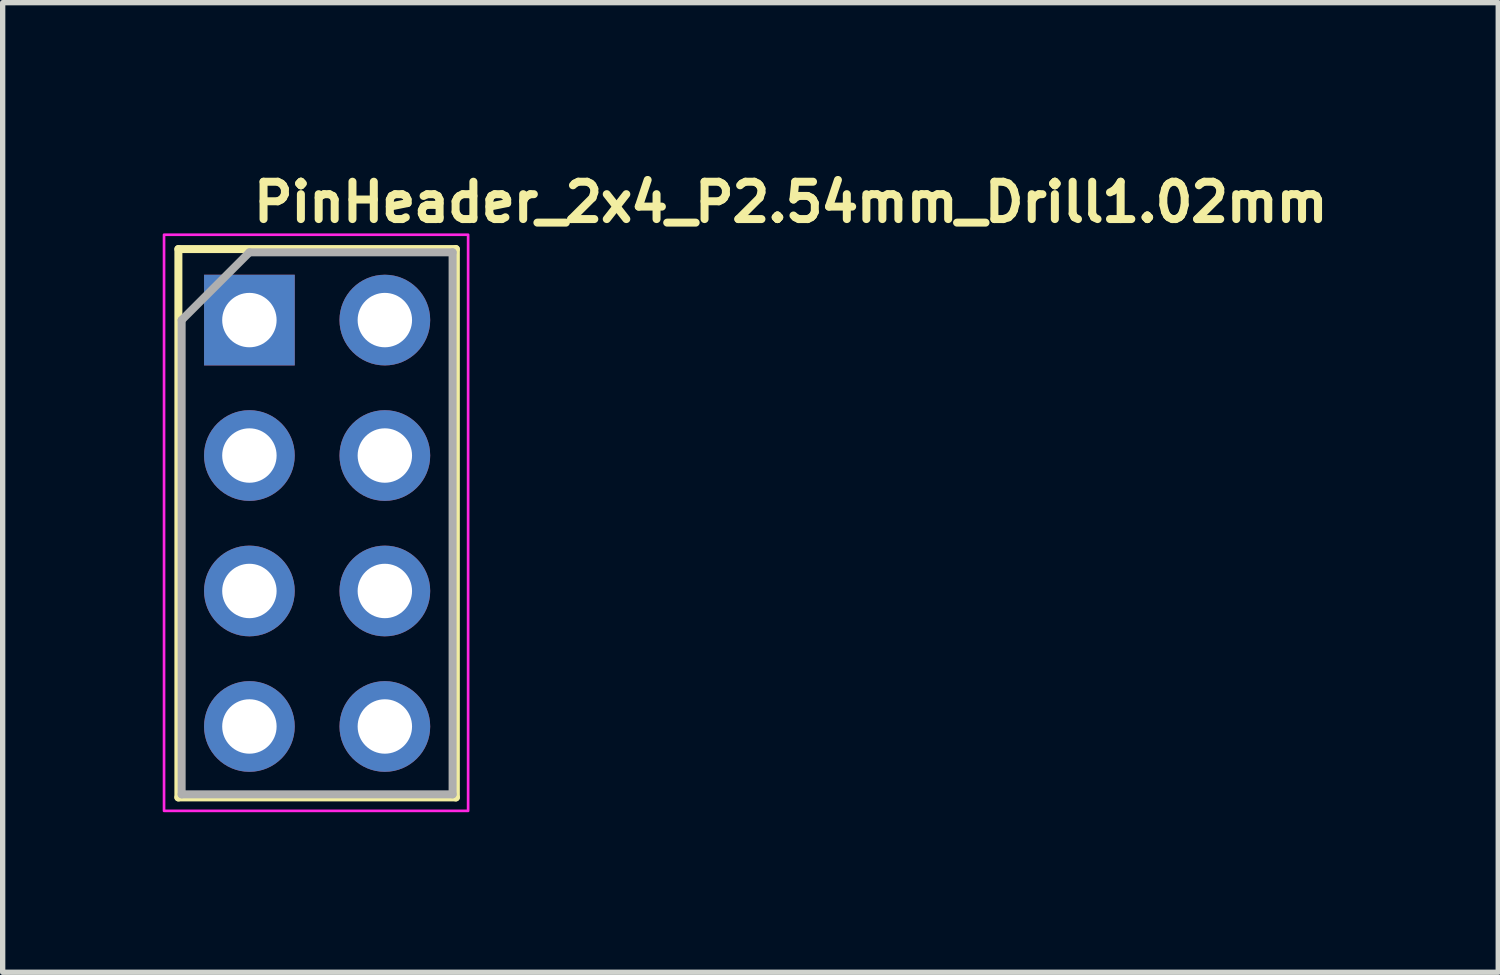
<source format=kicad_pcb>
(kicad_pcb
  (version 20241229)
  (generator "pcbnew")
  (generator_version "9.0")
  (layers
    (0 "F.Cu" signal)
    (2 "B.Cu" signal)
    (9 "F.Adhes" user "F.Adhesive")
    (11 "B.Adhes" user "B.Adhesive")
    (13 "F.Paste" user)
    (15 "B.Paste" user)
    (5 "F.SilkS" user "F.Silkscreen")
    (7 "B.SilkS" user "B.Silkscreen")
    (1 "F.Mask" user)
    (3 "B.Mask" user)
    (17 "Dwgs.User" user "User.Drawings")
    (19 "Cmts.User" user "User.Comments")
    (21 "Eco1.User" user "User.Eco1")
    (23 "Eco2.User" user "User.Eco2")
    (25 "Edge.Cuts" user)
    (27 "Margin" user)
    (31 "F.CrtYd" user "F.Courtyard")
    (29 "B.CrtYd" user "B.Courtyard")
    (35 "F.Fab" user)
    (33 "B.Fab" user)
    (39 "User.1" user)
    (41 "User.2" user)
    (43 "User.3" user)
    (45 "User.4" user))
  (footprint "PinHeader_2x4_P2.54mm_Drill1.02mm"
    (layer "F.Cu")
    (at 1.625 2.95)
    (property "Reference" "PinHeader_2x4_P2.54mm_Drill1.02mm" (at 0 -1.8 0) (layer "F.SilkS") (effects (font (size 0.7 0.7) (thickness 0.15)) (justify left bottom)))
    (attr through_hole)
    (fp_line (start -1.331 -1.331) (end -1.331 8.948) (stroke (width 0.15) (type solid)) (layer "F.SilkS"))
    (fp_line (start -1.331 -1.331) (end 3.87 -1.331) (stroke (width 0.15) (type solid)) (layer "F.SilkS"))
    (fp_line (start -1.331 8.948) (end 3.87 8.948) (stroke (width 0.15) (type solid)) (layer "F.SilkS"))
    (fp_line (start 3.87 -1.331) (end 3.87 8.948) (stroke (width 0.15) (type solid)) (layer "F.SilkS"))
    (fp_rect (start -1.6 -1.6) (end 4.1 9.2) (stroke (width 0.05) (type solid)) (fill no) (layer "F.CrtYd"))
    (fp_line (start -1.27 0) (end 0 -1.27) (stroke (width 0.15) (type solid)) (layer "F.Fab"))
    (fp_line (start -1.27 8.89) (end -1.27 0) (stroke (width 0.15) (type solid)) (layer "F.Fab"))
    (fp_line (start 0 -1.27) (end 3.809 -1.27) (stroke (width 0.15) (type solid)) (layer "F.Fab"))
    (fp_line (start 3.809 -1.27) (end 3.809 8.89) (stroke (width 0.15) (type solid)) (layer "F.Fab"))
    (fp_line (start 3.809 8.89) (end -1.27 8.89) (stroke (width 0.15) (type solid)) (layer "F.Fab"))
    (fp_rect (start 3.781 8.891) (end -1.239 -1.269) (stroke (width 0.1) (type solid)) (fill no) (layer "User.5"))
    (fp_line (start -1.239 -1.269) (end -1.239 1.047) (stroke (width 0.02) (type solid)) (layer "User.9"))
    (fp_line (start -1.239 -1.269) (end 3.781 -1.269) (stroke (width 0.02) (type solid)) (layer "User.9"))
    (fp_line (start -1.239 1.047) (end -1.015 1.27) (stroke (width 0.02) (type solid)) (layer "User.9"))
    (fp_line (start -1.239 1.047) (end 3.781 1.047) (stroke (width 0.02) (type solid)) (layer "User.9"))
    (fp_line (start -1.239 1.496) (end -1.239 3.586) (stroke (width 0.02) (type solid)) (layer "User.9"))
    (fp_line (start -1.239 1.496) (end -1.015 1.27) (stroke (width 0.02) (type solid)) (layer "User.9"))
    (fp_line (start -1.239 1.496) (end 3.781 1.496) (stroke (width 0.02) (type solid)) (layer "User.9"))
    (fp_line (start -1.239 3.586) (end -1.015 3.81) (stroke (width 0.02) (type solid)) (layer "User.9"))
    (fp_line (start -1.239 3.586) (end 3.781 3.586) (stroke (width 0.02) (type solid)) (layer "User.9"))
    (fp_line (start -1.239 4.036) (end -1.239 6.127) (stroke (width 0.02) (type solid)) (layer "User.9"))
    (fp_line (start -1.239 4.036) (end -1.015 3.81) (stroke (width 0.02) (type solid)) (layer "User.9"))
    (fp_line (start -1.239 4.036) (end 3.781 4.036) (stroke (width 0.02) (type solid)) (layer "User.9"))
    (fp_line (start -1.239 6.127) (end -1.015 6.351) (stroke (width 0.02) (type solid)) (layer "User.9"))
    (fp_line (start -1.239 6.127) (end 3.781 6.127) (stroke (width 0.02) (type solid)) (layer "User.9"))
    (fp_line (start -1.239 6.576) (end -1.239 8.891) (stroke (width 0.02) (type solid)) (layer "User.9"))
    (fp_line (start -1.239 6.576) (end -1.015 6.351) (stroke (width 0.02) (type solid)) (layer "User.9"))
    (fp_line (start -1.239 6.576) (end 3.781 6.576) (stroke (width 0.02) (type solid)) (layer "User.9"))
    (fp_line (start -1.239 8.891) (end 3.781 8.891) (stroke (width 0.02) (type solid)) (layer "User.9"))
    (fp_line (start -1.015 1.27) (end 3.556 1.27) (stroke (width 0.02) (type solid)) (layer "User.9"))
    (fp_line (start -1.015 3.81) (end 3.556 3.81) (stroke (width 0.02) (type solid)) (layer "User.9"))
    (fp_line (start -1.015 6.351) (end 3.556 6.351) (stroke (width 0.02) (type solid)) (layer "User.9"))
    (fp_line (start -0.32 -0.32) (end -0.32 0.32) (stroke (width 0.02) (type solid)) (layer "User.9"))
    (fp_line (start -0.32 -0.32) (end -0.064 -0.064) (stroke (width 0.02) (type solid)) (layer "User.9"))
    (fp_line (start -0.32 -0.32) (end 0.32 -0.32) (stroke (width 0.02) (type solid)) (layer "User.9"))
    (fp_line (start -0.32 0.32) (end -0.064 0.064) (stroke (width 0.02) (type solid)) (layer "User.9"))
    (fp_line (start -0.32 0.32) (end 0.32 0.32) (stroke (width 0.02) (type solid)) (layer "User.9"))
    (fp_line (start -0.32 2.222) (end -0.32 2.86) (stroke (width 0.02) (type solid)) (layer "User.9"))
    (fp_line (start -0.32 2.222) (end -0.064 2.476) (stroke (width 0.02) (type solid)) (layer "User.9"))
    (fp_line (start -0.32 2.222) (end 0.32 2.222) (stroke (width 0.02) (type solid)) (layer "User.9"))
    (fp_line (start -0.32 2.86) (end -0.064 2.605) (stroke (width 0.02) (type solid)) (layer "User.9"))
    (fp_line (start -0.32 2.86) (end 0.32 2.86) (stroke (width 0.02) (type solid)) (layer "User.9"))
    (fp_line (start -0.32 4.76) (end -0.32 5.401) (stroke (width 0.02) (type solid)) (layer "User.9"))
    (fp_line (start -0.32 4.76) (end -0.064 5.016) (stroke (width 0.02) (type solid)) (layer "User.9"))
    (fp_line (start -0.32 4.76) (end 0.32 4.76) (stroke (width 0.02) (type solid)) (layer "User.9"))
    (fp_line (start -0.32 5.401) (end -0.064 5.146) (stroke (width 0.02) (type solid)) (layer "User.9"))
    (fp_line (start -0.32 5.401) (end 0.32 5.401) (stroke (width 0.02) (type solid)) (layer "User.9"))
    (fp_line (start -0.32 7.3) (end -0.32 7.941) (stroke (width 0.02) (type solid)) (layer "User.9"))
    (fp_line (start -0.32 7.3) (end -0.064 7.556) (stroke (width 0.02) (type solid)) (layer "User.9"))
    (fp_line (start -0.32 7.3) (end 0.32 7.3) (stroke (width 0.02) (type solid)) (layer "User.9"))
    (fp_line (start -0.32 7.941) (end -0.064 7.686) (stroke (width 0.02) (type solid)) (layer "User.9"))
    (fp_line (start -0.32 7.941) (end 0.32 7.941) (stroke (width 0.02) (type solid)) (layer "User.9"))
    (fp_line (start -0.064 -0.064) (end -0.064 0.064) (stroke (width 0.02) (type solid)) (layer "User.9"))
    (fp_line (start -0.064 -0.064) (end 0.064 -0.064) (stroke (width 0.02) (type solid)) (layer "User.9"))
    (fp_line (start -0.064 0.064) (end 0.064 0.064) (stroke (width 0.02) (type solid)) (layer "User.9"))
    (fp_line (start -0.064 2.476) (end -0.064 2.605) (stroke (width 0.02) (type solid)) (layer "User.9"))
    (fp_line (start -0.064 2.476) (end 0.064 2.476) (stroke (width 0.02) (type solid)) (layer "User.9"))
    (fp_line (start -0.064 2.605) (end 0.064 2.605) (stroke (width 0.02) (type solid)) (layer "User.9"))
    (fp_line (start -0.064 5.016) (end -0.064 5.146) (stroke (width 0.02) (type solid)) (layer "User.9"))
    (fp_line (start -0.064 5.016) (end 0.064 5.016) (stroke (width 0.02) (type solid)) (layer "User.9"))
    (fp_line (start -0.064 5.146) (end 0.064 5.146) (stroke (width 0.02) (type solid)) (layer "User.9"))
    (fp_line (start -0.064 7.556) (end -0.064 7.686) (stroke (width 0.02) (type solid)) (layer "User.9"))
    (fp_line (start -0.064 7.556) (end 0.064 7.556) (stroke (width 0.02) (type solid)) (layer "User.9"))
    (fp_line (start -0.064 7.686) (end 0.064 7.686) (stroke (width 0.02) (type solid)) (layer "User.9"))
    (fp_line (start 0.064 -0.064) (end 0.064 0.064) (stroke (width 0.02) (type solid)) (layer "User.9"))
    (fp_line (start 0.064 2.476) (end 0.064 2.605) (stroke (width 0.02) (type solid)) (layer "User.9"))
    (fp_line (start 0.064 5.016) (end 0.064 5.146) (stroke (width 0.02) (type solid)) (layer "User.9"))
    (fp_line (start 0.064 7.556) (end 0.064 7.686) (stroke (width 0.02) (type solid)) (layer "User.9"))
    (fp_line (start 0.32 -0.32) (end 0.064 -0.064) (stroke (width 0.02) (type solid)) (layer "User.9"))
    (fp_line (start 0.32 -0.32) (end 0.32 0.32) (stroke (width 0.02) (type solid)) (layer "User.9"))
    (fp_line (start 0.32 0.32) (end 0.064 0.064) (stroke (width 0.02) (type solid)) (layer "User.9"))
    (fp_line (start 0.32 2.222) (end 0.064 2.476) (stroke (width 0.02) (type solid)) (layer "User.9"))
    (fp_line (start 0.32 2.222) (end 0.32 2.86) (stroke (width 0.02) (type solid)) (layer "User.9"))
    (fp_line (start 0.32 2.86) (end 0.064 2.605) (stroke (width 0.02) (type solid)) (layer "User.9"))
    (fp_line (start 0.32 4.76) (end 0.064 5.016) (stroke (width 0.02) (type solid)) (layer "User.9"))
    (fp_line (start 0.32 4.76) (end 0.32 5.401) (stroke (width 0.02) (type solid)) (layer "User.9"))
    (fp_line (start 0.32 5.401) (end 0.064 5.146) (stroke (width 0.02) (type solid)) (layer "User.9"))
    (fp_line (start 0.32 7.3) (end 0.064 7.556) (stroke (width 0.02) (type solid)) (layer "User.9"))
    (fp_line (start 0.32 7.3) (end 0.32 7.941) (stroke (width 0.02) (type solid)) (layer "User.9"))
    (fp_line (start 0.32 7.941) (end 0.064 7.686) (stroke (width 0.02) (type solid)) (layer "User.9"))
    (fp_line (start 2.222 -0.32) (end 2.222 0.32) (stroke (width 0.02) (type solid)) (layer "User.9"))
    (fp_line (start 2.222 -0.32) (end 2.476 -0.064) (stroke (width 0.02) (type solid)) (layer "User.9"))
    (fp_line (start 2.222 -0.32) (end 2.86 -0.32) (stroke (width 0.02) (type solid)) (layer "User.9"))
    (fp_line (start 2.222 0.32) (end 2.476 0.064) (stroke (width 0.02) (type solid)) (layer "User.9"))
    (fp_line (start 2.222 0.32) (end 2.86 0.32) (stroke (width 0.02) (type solid)) (layer "User.9"))
    (fp_line (start 2.222 2.222) (end 2.222 2.86) (stroke (width 0.02) (type solid)) (layer "User.9"))
    (fp_line (start 2.222 2.222) (end 2.476 2.476) (stroke (width 0.02) (type solid)) (layer "User.9"))
    (fp_line (start 2.222 2.222) (end 2.86 2.222) (stroke (width 0.02) (type solid)) (layer "User.9"))
    (fp_line (start 2.222 2.86) (end 2.476 2.605) (stroke (width 0.02) (type solid)) (layer "User.9"))
    (fp_line (start 2.222 2.86) (end 2.86 2.86) (stroke (width 0.02) (type solid)) (layer "User.9"))
    (fp_line (start 2.222 4.76) (end 2.222 5.401) (stroke (width 0.02) (type solid)) (layer "User.9"))
    (fp_line (start 2.222 4.76) (end 2.476 5.016) (stroke (width 0.02) (type solid)) (layer "User.9"))
    (fp_line (start 2.222 4.76) (end 2.86 4.76) (stroke (width 0.02) (type solid)) (layer "User.9"))
    (fp_line (start 2.222 5.401) (end 2.476 5.146) (stroke (width 0.02) (type solid)) (layer "User.9"))
    (fp_line (start 2.222 5.401) (end 2.86 5.401) (stroke (width 0.02) (type solid)) (layer "User.9"))
    (fp_line (start 2.222 7.3) (end 2.222 7.941) (stroke (width 0.02) (type solid)) (layer "User.9"))
    (fp_line (start 2.222 7.3) (end 2.476 7.556) (stroke (width 0.02) (type solid)) (layer "User.9"))
    (fp_line (start 2.222 7.3) (end 2.86 7.3) (stroke (width 0.02) (type solid)) (layer "User.9"))
    (fp_line (start 2.222 7.941) (end 2.476 7.686) (stroke (width 0.02) (type solid)) (layer "User.9"))
    (fp_line (start 2.222 7.941) (end 2.86 7.941) (stroke (width 0.02) (type solid)) (layer "User.9"))
    (fp_line (start 2.476 -0.064) (end 2.476 0.064) (stroke (width 0.02) (type solid)) (layer "User.9"))
    (fp_line (start 2.476 -0.064) (end 2.605 -0.064) (stroke (width 0.02) (type solid)) (layer "User.9"))
    (fp_line (start 2.476 0.064) (end 2.605 0.064) (stroke (width 0.02) (type solid)) (layer "User.9"))
    (fp_line (start 2.476 2.476) (end 2.476 2.605) (stroke (width 0.02) (type solid)) (layer "User.9"))
    (fp_line (start 2.476 2.476) (end 2.605 2.476) (stroke (width 0.02) (type solid)) (layer "User.9"))
    (fp_line (start 2.476 2.605) (end 2.605 2.605) (stroke (width 0.02) (type solid)) (layer "User.9"))
    (fp_line (start 2.476 5.016) (end 2.476 5.146) (stroke (width 0.02) (type solid)) (layer "User.9"))
    (fp_line (start 2.476 5.016) (end 2.605 5.016) (stroke (width 0.02) (type solid)) (layer "User.9"))
    (fp_line (start 2.476 5.146) (end 2.605 5.146) (stroke (width 0.02) (type solid)) (layer "User.9"))
    (fp_line (start 2.476 7.556) (end 2.476 7.686) (stroke (width 0.02) (type solid)) (layer "User.9"))
    (fp_line (start 2.476 7.556) (end 2.605 7.556) (stroke (width 0.02) (type solid)) (layer "User.9"))
    (fp_line (start 2.476 7.686) (end 2.605 7.686) (stroke (width 0.02) (type solid)) (layer "User.9"))
    (fp_line (start 2.605 -0.064) (end 2.605 0.064) (stroke (width 0.02) (type solid)) (layer "User.9"))
    (fp_line (start 2.605 2.476) (end 2.605 2.605) (stroke (width 0.02) (type solid)) (layer "User.9"))
    (fp_line (start 2.605 5.016) (end 2.605 5.146) (stroke (width 0.02) (type solid)) (layer "User.9"))
    (fp_line (start 2.605 7.556) (end 2.605 7.686) (stroke (width 0.02) (type solid)) (layer "User.9"))
    (fp_line (start 2.86 -0.32) (end 2.605 -0.064) (stroke (width 0.02) (type solid)) (layer "User.9"))
    (fp_line (start 2.86 -0.32) (end 2.86 0.32) (stroke (width 0.02) (type solid)) (layer "User.9"))
    (fp_line (start 2.86 0.32) (end 2.605 0.064) (stroke (width 0.02) (type solid)) (layer "User.9"))
    (fp_line (start 2.86 2.222) (end 2.605 2.476) (stroke (width 0.02) (type solid)) (layer "User.9"))
    (fp_line (start 2.86 2.222) (end 2.86 2.86) (stroke (width 0.02) (type solid)) (layer "User.9"))
    (fp_line (start 2.86 2.86) (end 2.605 2.605) (stroke (width 0.02) (type solid)) (layer "User.9"))
    (fp_line (start 2.86 4.76) (end 2.605 5.016) (stroke (width 0.02) (type solid)) (layer "User.9"))
    (fp_line (start 2.86 4.76) (end 2.86 5.401) (stroke (width 0.02) (type solid)) (layer "User.9"))
    (fp_line (start 2.86 5.401) (end 2.605 5.146) (stroke (width 0.02) (type solid)) (layer "User.9"))
    (fp_line (start 2.86 7.3) (end 2.605 7.556) (stroke (width 0.02) (type solid)) (layer "User.9"))
    (fp_line (start 2.86 7.3) (end 2.86 7.941) (stroke (width 0.02) (type solid)) (layer "User.9"))
    (fp_line (start 2.86 7.941) (end 2.605 7.686) (stroke (width 0.02) (type solid)) (layer "User.9"))
    (fp_line (start 3.781 -1.269) (end 3.781 1.047) (stroke (width 0.02) (type solid)) (layer "User.9"))
    (fp_line (start 3.781 1.047) (end 3.556 1.27) (stroke (width 0.02) (type solid)) (layer "User.9"))
    (fp_line (start 3.781 1.496) (end 3.556 1.27) (stroke (width 0.02) (type solid)) (layer "User.9"))
    (fp_line (start 3.781 1.496) (end 3.781 3.586) (stroke (width 0.02) (type solid)) (layer "User.9"))
    (fp_line (start 3.781 3.586) (end 3.556 3.81) (stroke (width 0.02) (type solid)) (layer "User.9"))
    (fp_line (start 3.781 4.036) (end 3.556 3.81) (stroke (width 0.02) (type solid)) (layer "User.9"))
    (fp_line (start 3.781 4.036) (end 3.781 6.127) (stroke (width 0.02) (type solid)) (layer "User.9"))
    (fp_line (start 3.781 6.127) (end 3.556 6.351) (stroke (width 0.02) (type solid)) (layer "User.9"))
    (fp_line (start 3.781 6.576) (end 3.556 6.351) (stroke (width 0.02) (type solid)) (layer "User.9"))
    (fp_line (start 3.781 6.576) (end 3.781 8.891) (stroke (width 0.02) (type solid)) (layer "User.9"))
    (pad "1" thru_hole rect (at 0 0) (size 1.7 1.7) (drill 1.02) (layers "*.Cu" "*.Mask"))
    (pad "2" thru_hole oval (at 2.539 0) (size 1.7 1.7) (drill 1.02) (layers "*.Cu" "*.Mask"))
    (pad "3" thru_hole oval (at 0 2.539) (size 1.7 1.7) (drill 1.02) (layers "*.Cu" "*.Mask"))
    (pad "4" thru_hole oval (at 2.539 2.539) (size 1.7 1.7) (drill 1.02) (layers "*.Cu" "*.Mask"))
    (pad "5" thru_hole oval (at 0 5.078) (size 1.7 1.7) (drill 1.02) (layers "*.Cu" "*.Mask"))
    (pad "6" thru_hole oval (at 2.539 5.078) (size 1.7 1.7) (drill 1.02) (layers "*.Cu" "*.Mask"))
    (pad "7" thru_hole oval (at 0 7.618) (size 1.7 1.7) (drill 1.02) (layers "*.Cu" "*.Mask"))
    (pad "8" thru_hole oval (at 2.539 7.618) (size 1.7 1.7) (drill 1.02) (layers "*.Cu" "*.Mask")))
  (gr_rect
    (start -3 -3)
    (end 25.035 15.175)
    (stroke (width 0.1) (type default))
    (fill no)
    (layer "Edge.Cuts")))
</source>
